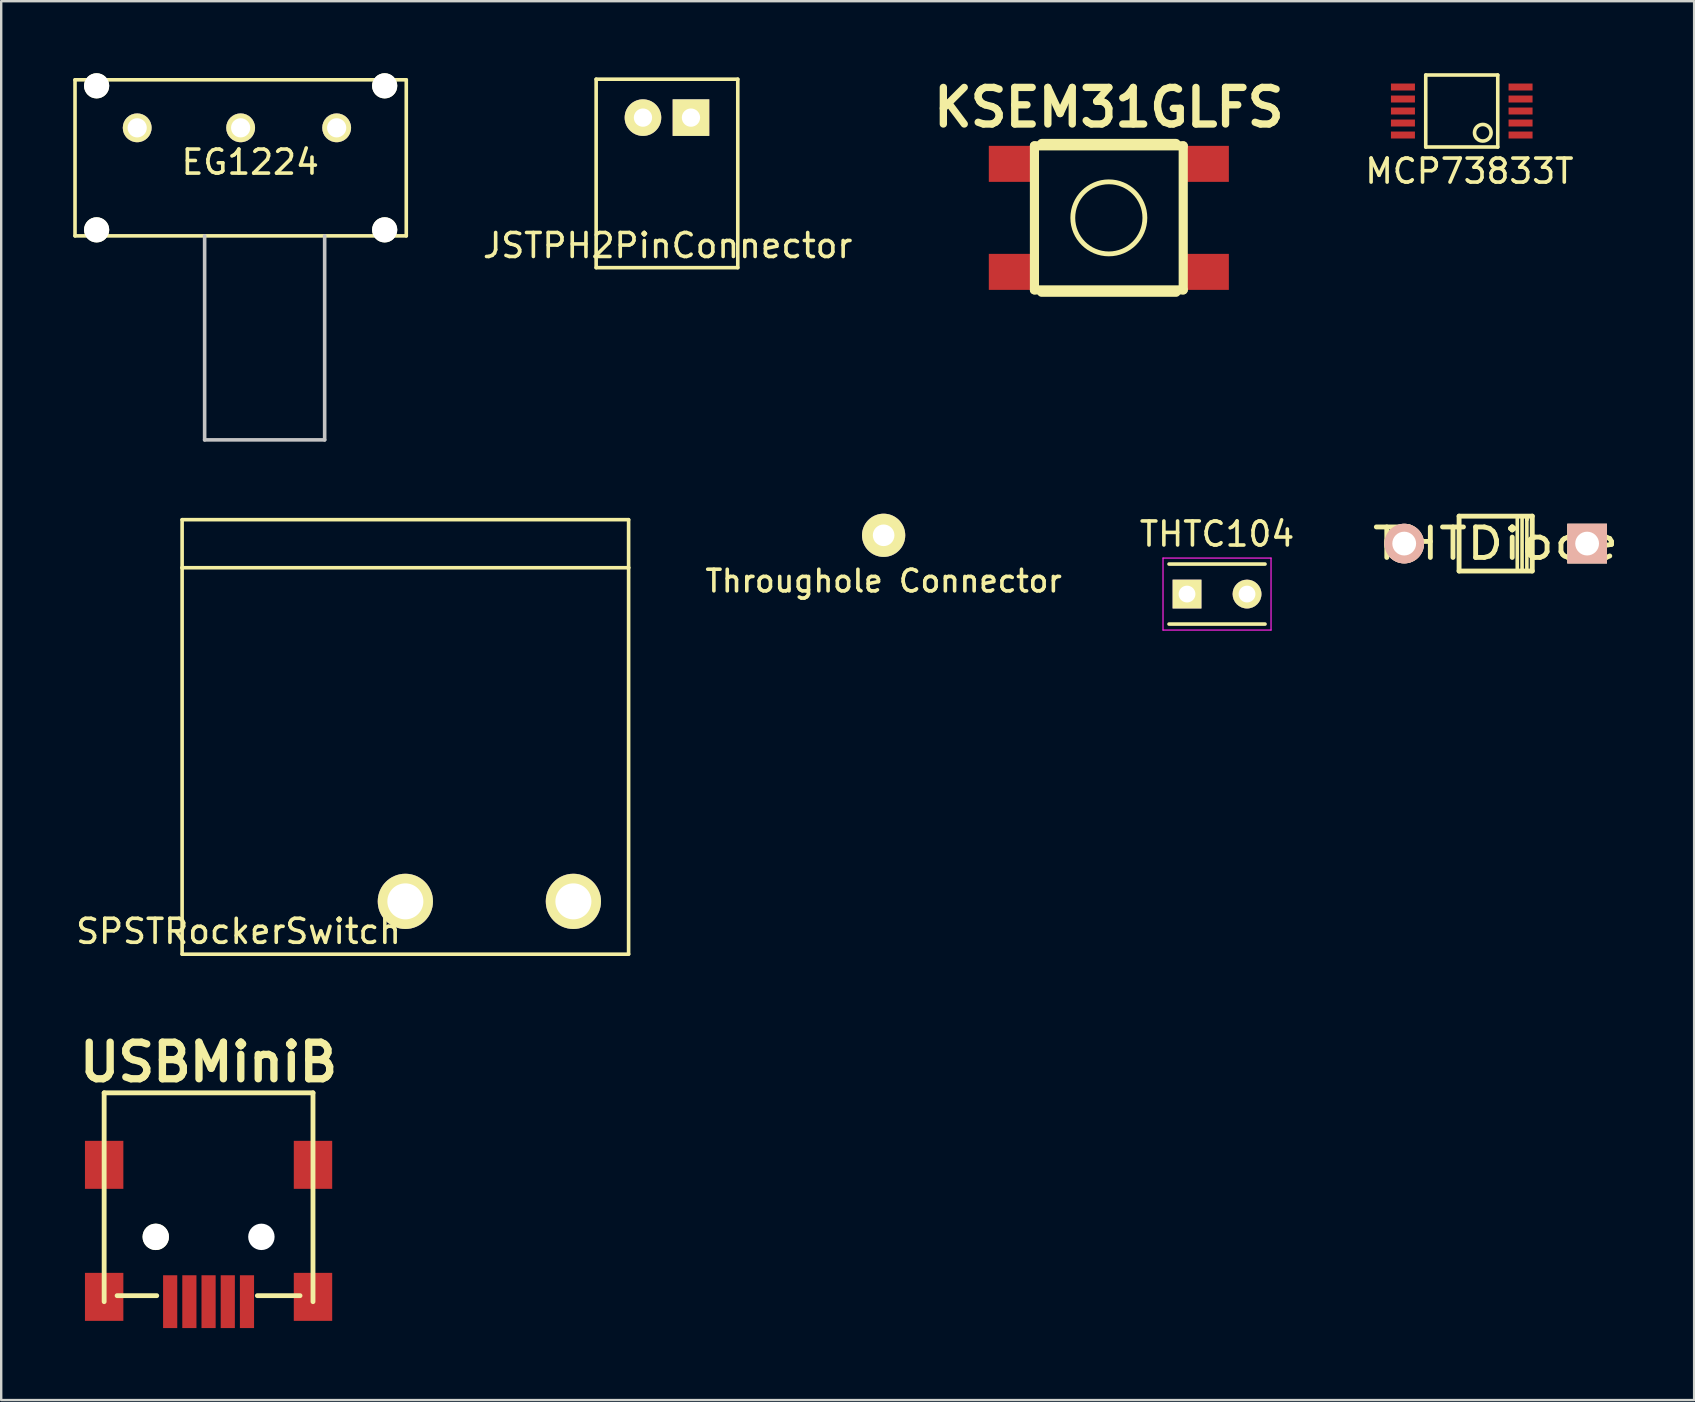
<source format=kicad_pcb>
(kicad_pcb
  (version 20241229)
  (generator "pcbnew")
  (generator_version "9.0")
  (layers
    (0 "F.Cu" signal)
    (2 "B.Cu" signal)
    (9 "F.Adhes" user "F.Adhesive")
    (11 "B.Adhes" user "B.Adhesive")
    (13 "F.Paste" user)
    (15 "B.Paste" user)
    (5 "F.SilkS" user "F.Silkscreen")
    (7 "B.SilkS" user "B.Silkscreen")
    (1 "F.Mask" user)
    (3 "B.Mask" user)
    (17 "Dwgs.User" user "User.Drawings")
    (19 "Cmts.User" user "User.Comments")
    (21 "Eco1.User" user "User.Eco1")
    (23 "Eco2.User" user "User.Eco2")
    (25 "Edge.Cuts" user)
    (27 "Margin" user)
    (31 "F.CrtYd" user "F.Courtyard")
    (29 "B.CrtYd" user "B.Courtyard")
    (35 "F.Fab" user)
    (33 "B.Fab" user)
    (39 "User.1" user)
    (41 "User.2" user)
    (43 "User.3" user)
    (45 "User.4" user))
  (footprint "KSEM31GLFS"
    (layer "F.Cu")
    (at 43.143 6.026)
    (property "Reference" "KSEM31GLFS" (at 0 -4.6 180) (layer "F.SilkS") (effects (font (size 1.524 1.524) (thickness 0.305))))
    (attr smd)
    (fp_line (start -3.099 -3) (end 3.099 -3) (stroke (width 0.381) (type solid)) (layer "F.SilkS"))
    (fp_line (start -3.099 3) (end -3.099 -3) (stroke (width 0.381) (type solid)) (layer "F.SilkS"))
    (fp_line (start -2.799 -3.099) (end 2.799 -3.099) (stroke (width 0.381) (type solid)) (layer "F.SilkS"))
    (fp_line (start -2.799 3.099) (end 2.799 3.099) (stroke (width 0.381) (type solid)) (layer "F.SilkS"))
    (fp_line (start 3.099 -3) (end 3.099 3) (stroke (width 0.381) (type solid)) (layer "F.SilkS"))
    (fp_line (start 3.099 3) (end -3.099 3) (stroke (width 0.381) (type solid)) (layer "F.SilkS"))
    (fp_circle (center 0 0) (end 1.501 0) (stroke (width 0.201) (type solid)) (fill no) (layer "F.SilkS"))
    (pad "1" smd rect (at -4.1 -2.25) (size 1.8 1.5) (layers "F.Cu" "F.Mask" "F.Paste"))
    (pad "2" smd rect (at 4.1 -2.25) (size 1.8 1.5) (layers "F.Cu" "F.Mask" "F.Paste"))
    (pad "3" smd rect (at -4.1 2.25) (size 1.8 1.5) (layers "F.Cu" "F.Mask" "F.Paste"))
    (pad "4" smd rect (at 4.1 2.25) (size 1.8 1.5) (layers "F.Cu" "F.Mask" "F.Paste")))
  (footprint "Throughole Connector"
    (layer "F.Cu")
    (at 33.761 19.25)
    (property "Reference" "Throughole Connector" (at 0 1.905 0) (layer "F.SilkS") (effects (font (size 0.9 0.9) (thickness 0.15))))
    (attr through_hole)
    (pad "1" thru_hole circle (at 0 0) (size 1.8 1.8) (drill 0.9) (layers "*.Cu" "*.Mask" "F.SilkS")))
  (footprint "JSTPH2PinConnector"
    (layer "F.Cu")
    (at 21.835 0.25)
    (property "Reference" "JSTPH2PinConnector" (at 2.93 6.93 0) (layer "F.SilkS") (effects (font (size 1 1) (thickness 0.15))))
    (attr through_hole)
    (fp_line (start -0.05 0) (end -0.05 7.85) (stroke (width 0.15) (type solid)) (layer "F.SilkS"))
    (fp_line (start -0.05 0) (end 5.85 0) (stroke (width 0.15) (type solid)) (layer "F.SilkS"))
    (fp_line (start -0.05 7.85) (end 5.85 7.85) (stroke (width 0.15) (type solid)) (layer "F.SilkS"))
    (fp_line (start 5.85 0) (end 5.85 7.85) (stroke (width 0.15) (type solid)) (layer "F.SilkS"))
    (pad "1" thru_hole circle (at 1.9 1.6) (size 1.524 1.524) (drill 0.762) (layers "*.Cu" "*.Mask" "F.SilkS"))
    (pad "2" thru_hole rect (at 3.9 1.6) (size 1.524 1.524) (drill 0.762) (layers "*.Cu" "*.Mask" "F.SilkS")))
  (footprint "USBMiniB"
    (layer "F.Cu")
    (at 5.639 48.476)
    (property "Reference" "USBMiniB" (at 0 -7.275 0) (layer "F.SilkS") (effects (font (size 1.524 1.524) (thickness 0.305))))
    (attr smd)
    (fp_line (start -4.35 -6) (end 4.35 -6) (stroke (width 0.201) (type solid)) (layer "F.SilkS"))
    (fp_line (start -4.35 2.7) (end -4.35 -6) (stroke (width 0.201) (type solid)) (layer "F.SilkS"))
    (fp_line (start -2.159 2.45) (end -3.81 2.45) (stroke (width 0.201) (type solid)) (layer "F.SilkS"))
    (fp_line (start 3.81 2.45) (end 2.032 2.45) (stroke (width 0.201) (type solid)) (layer "F.SilkS"))
    (fp_line (start 4.35 -6) (end 4.35 2.7) (stroke (width 0.201) (type solid)) (layer "F.SilkS"))
    (pad "" smd rect (at -4.35 -3) (size 1.6 2) (layers "F.Cu" "F.Mask" "F.Paste"))
    (pad "" smd rect (at -4.35 2.5) (size 1.6 2) (layers "F.Cu" "F.Mask" "F.Paste"))
    (pad "" np_thru_hole circle (at -2.2 0) (size 1.1 1.1) (drill 1.1) (layers "*.Cu" "*.Mask" "F.SilkS"))
    (pad "" np_thru_hole circle (at 2.2 0) (size 1.1 1.1) (drill 1.1) (layers "*.Cu" "*.Mask"))
    (pad "" smd rect (at 4.35 -3) (size 1.6 2) (layers "F.Cu" "F.Mask" "F.Paste"))
    (pad "" smd rect (at 4.35 2.5) (size 1.6 2) (layers "F.Cu" "F.Mask" "F.Paste"))
    (pad "1" smd rect (at 1.6 2.7) (size 0.59 2.2) (layers "F.Cu" "F.Mask" "F.Paste"))
    (pad "2" smd rect (at 0.8 2.7) (size 0.59 2.2) (layers "F.Cu" "F.Mask" "F.Paste"))
    (pad "3" smd rect (at 0 2.7) (size 0.59 2.2) (layers "F.Cu" "F.Mask" "F.Paste"))
    (pad "4" smd rect (at -0.8 2.7) (size 0.59 2.2) (layers "F.Cu" "F.Mask" "F.Paste"))
    (pad "5" smd rect (at -1.6 2.7) (size 0.59 2.2) (layers "F.Cu" "F.Mask" "F.Paste")))
  (footprint "MCP73833T"
    (layer "F.Cu")
    (at 55.395 0.575)
    (property "Reference" "MCP73833T" (at 2.769 3.505 0) (layer "F.SilkS") (effects (font (size 1 1) (thickness 0.15))))
    (attr through_hole)
    (fp_line (start 0.95 -0.5) (end 0.95 2.5) (stroke (width 0.15) (type solid)) (layer "F.SilkS"))
    (fp_line (start 0.95 -0.5) (end 3.95 -0.5) (stroke (width 0.15) (type solid)) (layer "F.SilkS"))
    (fp_line (start 0.95 2.5) (end 3.95 2.5) (stroke (width 0.15) (type solid)) (layer "F.SilkS"))
    (fp_line (start 3.95 -0.5) (end 3.95 2.5) (stroke (width 0.15) (type solid)) (layer "F.SilkS"))
    (fp_circle (center 3.327 1.905) (end 3.607 2.108) (stroke (width 0.15) (type solid)) (fill no) (layer "F.SilkS"))
    (pad "1" smd rect (at 4.9 2) (size 1 0.29) (layers "F.Cu" "F.Mask" "F.Paste"))
    (pad "2" smd rect (at 4.9 1.5) (size 1 0.29) (layers "F.Cu" "F.Mask" "F.Paste"))
    (pad "3" smd rect (at 4.9 1) (size 1 0.29) (layers "F.Cu" "F.Mask" "F.Paste"))
    (pad "4" smd rect (at 4.9 0.5) (size 1 0.29) (layers "F.Cu" "F.Mask" "F.Paste"))
    (pad "5" smd rect (at 4.9 0) (size 1 0.29) (layers "F.Cu" "F.Mask" "F.Paste"))
    (pad "6" smd rect (at 0 0) (size 1 0.29) (layers "F.Cu" "F.Mask" "F.Paste"))
    (pad "7" smd rect (at 0 0.5) (size 1 0.29) (layers "F.Cu" "F.Mask" "F.Paste"))
    (pad "8" smd rect (at 0 1) (size 1 0.29) (layers "F.Cu" "F.Mask" "F.Paste"))
    (pad "9" smd rect (at 0 1.5) (size 1 0.29) (layers "F.Cu" "F.Mask" "F.Paste"))
    (pad "10" smd rect (at 0 2) (size 1 0.29) (layers "F.Cu" "F.Mask" "F.Paste")))
  (footprint "THTC104"
    (layer "F.Cu")
    (at 46.4 21.698)
    (property "Reference" "THTC104" (at 1.25 -2.5 0) (layer "F.SilkS") (effects (font (size 1 1) (thickness 0.15))))
    (attr through_hole)
    (fp_line (start -0.75 -1.25) (end 3.25 -1.25) (stroke (width 0.15) (type solid)) (layer "F.SilkS"))
    (fp_line (start -0.75 1.25) (end 3.25 1.25) (stroke (width 0.15) (type solid)) (layer "F.SilkS"))
    (fp_line (start -1 -1.5) (end 3.5 -1.5) (stroke (width 0.05) (type solid)) (layer "F.CrtYd"))
    (fp_line (start -1 1.5) (end -1 -1.5) (stroke (width 0.05) (type solid)) (layer "F.CrtYd"))
    (fp_line (start 3.5 -1.5) (end 3.5 1.5) (stroke (width 0.05) (type solid)) (layer "F.CrtYd"))
    (fp_line (start 3.5 1.5) (end -1 1.5) (stroke (width 0.05) (type solid)) (layer "F.CrtYd"))
    (pad "1" thru_hole rect (at 0 0) (size 1.2 1.2) (drill 0.7) (layers "*.Cu" "*.Mask" "F.SilkS"))
    (pad "2" thru_hole circle (at 2.5 0) (size 1.2 1.2) (drill 0.7) (layers "*.Cu" "*.Mask" "F.SilkS")))
  (footprint "EG1224"
    (layer "F.Cu")
    (at 0.975 0.525)
    (property "Reference" "EG1224" (at 6.4 3.18 0) (layer "F.SilkS") (effects (font (size 1 1) (thickness 0.15))))
    (attr through_hole)
    (fp_line (start -0.9 -0.25) (end -0.9 6.25) (stroke (width 0.15) (type solid)) (layer "F.SilkS"))
    (fp_line (start -0.9 -0.25) (end 12.9 -0.25) (stroke (width 0.15) (type solid)) (layer "F.SilkS"))
    (fp_line (start -0.9 6.25) (end 12.9 6.25) (stroke (width 0.15) (type solid)) (layer "F.SilkS"))
    (fp_line (start 12.9 -0.25) (end 12.9 6.25) (stroke (width 0.15) (type solid)) (layer "F.SilkS"))
    (fp_line (start 4.5 6.25) (end 4.5 14.75) (stroke (width 0.15) (type solid)) (layer "Dwgs.User"))
    (fp_line (start 4.5 14.75) (end 9.5 14.75) (stroke (width 0.15) (type solid)) (layer "Dwgs.User"))
    (fp_line (start 9.5 6.25) (end 9.5 14.75) (stroke (width 0.15) (type solid)) (layer "Dwgs.User"))
    (pad "" np_thru_hole circle (at 0 0) (size 1.05 1.05) (drill 1.05) (layers "*.Cu" "*.Mask" "F.SilkS"))
    (pad "" np_thru_hole circle (at 0 6) (size 1.05 1.05) (drill 1.05) (layers "*.Cu" "*.Mask" "F.SilkS"))
    (pad "" np_thru_hole circle (at 12 0) (size 1.05 1.05) (drill 1.05) (layers "*.Cu" "*.Mask" "F.SilkS"))
    (pad "" np_thru_hole circle (at 12 6) (size 1.05 1.05) (drill 1.05) (layers "*.Cu" "*.Mask" "F.SilkS"))
    (pad "1" thru_hole circle (at 1.69 1.75) (size 1.2 1.2) (drill 0.8) (layers "*.Cu" "*.Mask" "F.SilkS"))
    (pad "2" thru_hole circle (at 6 1.75) (size 1.2 1.2) (drill 0.8) (layers "*.Cu" "*.Mask" "F.SilkS"))
    (pad "3" thru_hole circle (at 10 1.75) (size 1.2 1.2) (drill 0.8) (layers "*.Cu" "*.Mask" "F.SilkS")))
  (footprint "THTDiode"
    (layer "F.Cu")
    (at 59.258 19.595)
    (property "Reference" "THTDiode" (at 0 0 0) (layer "F.SilkS") (effects (font (size 1.27 1.524) (thickness 0.203))))
    (attr through_hole)
    (fp_line (start -1.524 -1.143) (end 1.524 -1.143) (stroke (width 0.203) (type solid)) (layer "F.SilkS"))
    (fp_line (start -1.524 1.143) (end -1.524 -1.143) (stroke (width 0.203) (type solid)) (layer "F.SilkS"))
    (fp_line (start 0.9 1.1) (end 0.9 -1.1) (stroke (width 0.15) (type solid)) (layer "F.SilkS"))
    (fp_line (start 1.1 -1.1) (end 1.1 1.1) (stroke (width 0.15) (type solid)) (layer "F.SilkS"))
    (fp_line (start 1.3 -1.1) (end 1.3 -1) (stroke (width 0.15) (type solid)) (layer "F.SilkS"))
    (fp_line (start 1.3 -1) (end 1.3 -1.1) (stroke (width 0.15) (type solid)) (layer "F.SilkS"))
    (fp_line (start 1.3 1.1) (end 1.3 -1) (stroke (width 0.15) (type solid)) (layer "F.SilkS"))
    (fp_line (start 1.524 -1.143) (end 1.524 1.143) (stroke (width 0.203) (type solid)) (layer "F.SilkS"))
    (fp_line (start 1.524 1.143) (end -1.524 1.143) (stroke (width 0.203) (type solid)) (layer "F.SilkS"))
    (pad "1" thru_hole circle (at -3.81 0) (size 1.651 1.651) (drill 0.991) (layers "*.Cu" "*.SilkS" "*.Mask"))
    (pad "2" thru_hole rect (at 3.81 0) (size 1.651 1.651) (drill 0.991) (layers "*.Cu" "*.SilkS" "*.Mask")))
  (footprint "SPSTRockerSwitch"
    (layer "F.Cu")
    (at 4.537 18.6)
    (property "Reference" "SPSTRockerSwitch" (at 2.35 17.15 0) (layer "F.SilkS") (effects (font (size 1 1) (thickness 0.15))))
    (attr through_hole)
    (fp_line (start 0 0) (end 18.6 0) (stroke (width 0.15) (type solid)) (layer "F.SilkS"))
    (fp_line (start 0 2) (end 0 0) (stroke (width 0.15) (type solid)) (layer "F.SilkS"))
    (fp_line (start 0 2) (end 18.6 2) (stroke (width 0.15) (type solid)) (layer "F.SilkS"))
    (fp_line (start 0 18.1) (end 0 2) (stroke (width 0.15) (type solid)) (layer "F.SilkS"))
    (fp_line (start 0 18.1) (end 18.6 18.1) (stroke (width 0.15) (type solid)) (layer "F.SilkS"))
    (fp_line (start 18.6 2) (end 18.6 0) (stroke (width 0.15) (type solid)) (layer "F.SilkS"))
    (fp_line (start 18.6 18.1) (end 18.6 2) (stroke (width 0.15) (type solid)) (layer "F.SilkS"))
    (pad "1" thru_hole circle (at 9.3 15.9) (size 2.3 2.3) (drill 1.5) (layers "*.Cu" "*.Mask" "F.SilkS"))
    (pad "2" thru_hole circle (at 16.3 15.9) (size 2.3 2.3) (drill 1.5) (layers "*.Cu" "*.Mask" "F.SilkS")))
  (gr_rect
    (start -3 -3)
    (end 67.526 55.276)
    (stroke (width 0.1) (type default))
    (fill no)
    (layer "Edge.Cuts")))
</source>
